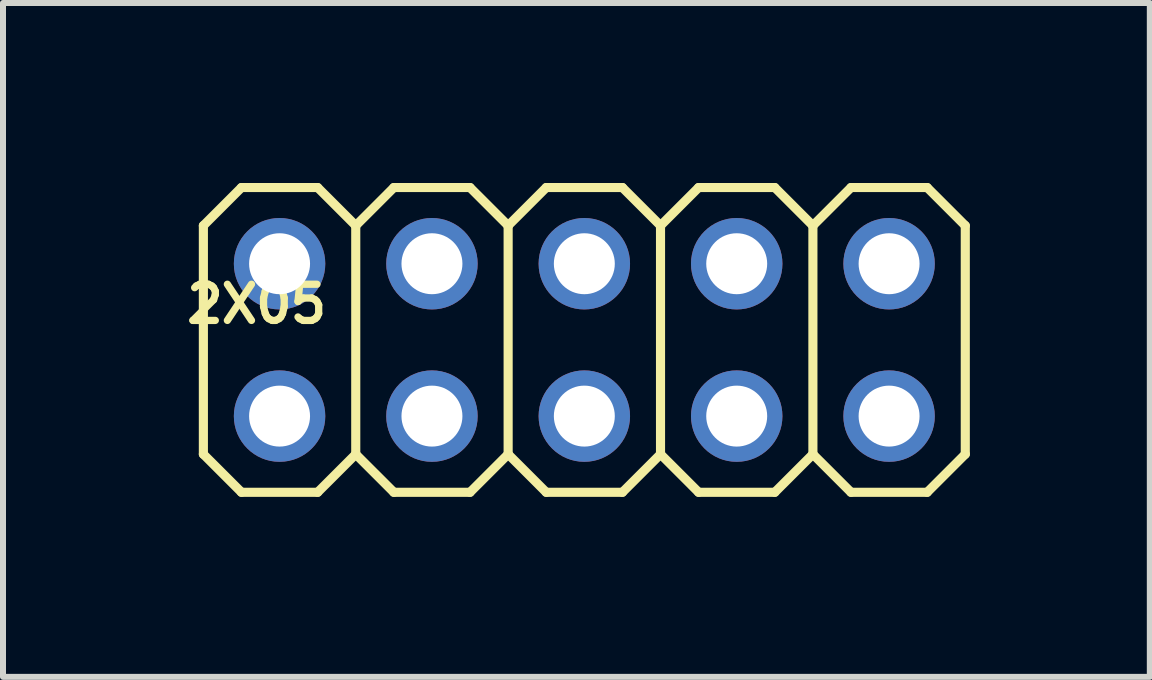
<source format=kicad_pcb>
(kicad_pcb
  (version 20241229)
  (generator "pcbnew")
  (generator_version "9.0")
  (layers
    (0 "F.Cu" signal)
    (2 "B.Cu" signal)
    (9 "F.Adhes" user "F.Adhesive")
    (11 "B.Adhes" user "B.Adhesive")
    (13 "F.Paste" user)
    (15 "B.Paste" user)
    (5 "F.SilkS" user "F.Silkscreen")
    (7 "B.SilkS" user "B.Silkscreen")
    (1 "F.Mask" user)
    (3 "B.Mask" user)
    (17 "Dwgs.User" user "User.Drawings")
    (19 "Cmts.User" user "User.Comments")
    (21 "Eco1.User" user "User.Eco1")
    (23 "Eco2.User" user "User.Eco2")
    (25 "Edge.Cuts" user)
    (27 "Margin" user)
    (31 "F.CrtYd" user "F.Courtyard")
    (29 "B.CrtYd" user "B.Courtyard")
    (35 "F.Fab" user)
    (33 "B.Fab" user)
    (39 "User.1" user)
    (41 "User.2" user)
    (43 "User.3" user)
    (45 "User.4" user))
  (footprint "2X05"
    (layer "F.Cu")
    (at 6.69 2.616)
    (property "Reference" "2X05" (at -6.69 -0.245 180) (layer "F.SilkS") (effects (font (size 0.603 0.603) (thickness 0.121)) (justify left bottom)))
    (attr through_hole)
    (fp_line (start -6.35 -1.905) (end -5.715 -2.54) (stroke (width 0.152) (type solid)) (layer "F.SilkS"))
    (fp_line (start -6.35 1.905) (end -6.35 -1.905) (stroke (width 0.152) (type solid)) (layer "F.SilkS"))
    (fp_line (start -6.35 1.905) (end -5.715 2.54) (stroke (width 0.152) (type solid)) (layer "F.SilkS"))
    (fp_line (start -5.715 -2.54) (end -4.445 -2.54) (stroke (width 0.152) (type solid)) (layer "F.SilkS"))
    (fp_line (start -5.715 2.54) (end -4.445 2.54) (stroke (width 0.152) (type solid)) (layer "F.SilkS"))
    (fp_line (start -4.445 -2.54) (end -3.81 -1.905) (stroke (width 0.152) (type solid)) (layer "F.SilkS"))
    (fp_line (start -4.445 2.54) (end -3.81 1.905) (stroke (width 0.152) (type solid)) (layer "F.SilkS"))
    (fp_line (start -3.81 -1.905) (end -3.81 1.905) (stroke (width 0.152) (type solid)) (layer "F.SilkS"))
    (fp_line (start -3.81 -1.905) (end -3.175 -2.54) (stroke (width 0.152) (type solid)) (layer "F.SilkS"))
    (fp_line (start -3.81 1.905) (end -3.175 2.54) (stroke (width 0.152) (type solid)) (layer "F.SilkS"))
    (fp_line (start -3.175 -2.54) (end -1.905 -2.54) (stroke (width 0.152) (type solid)) (layer "F.SilkS"))
    (fp_line (start -3.175 2.54) (end -1.905 2.54) (stroke (width 0.152) (type solid)) (layer "F.SilkS"))
    (fp_line (start -1.905 -2.54) (end -1.27 -1.905) (stroke (width 0.152) (type solid)) (layer "F.SilkS"))
    (fp_line (start -1.905 2.54) (end -1.27 1.905) (stroke (width 0.152) (type solid)) (layer "F.SilkS"))
    (fp_line (start -1.27 -1.905) (end -1.27 1.905) (stroke (width 0.152) (type solid)) (layer "F.SilkS"))
    (fp_line (start -1.27 -1.905) (end -0.635 -2.54) (stroke (width 0.152) (type solid)) (layer "F.SilkS"))
    (fp_line (start -1.27 1.905) (end -0.635 2.54) (stroke (width 0.152) (type solid)) (layer "F.SilkS"))
    (fp_line (start -0.635 -2.54) (end 0.635 -2.54) (stroke (width 0.152) (type solid)) (layer "F.SilkS"))
    (fp_line (start -0.635 2.54) (end 0.635 2.54) (stroke (width 0.152) (type solid)) (layer "F.SilkS"))
    (fp_line (start 0.635 -2.54) (end 1.27 -1.905) (stroke (width 0.152) (type solid)) (layer "F.SilkS"))
    (fp_line (start 0.635 2.54) (end 1.27 1.905) (stroke (width 0.152) (type solid)) (layer "F.SilkS"))
    (fp_line (start 1.27 -1.905) (end 1.27 1.905) (stroke (width 0.152) (type solid)) (layer "F.SilkS"))
    (fp_line (start 1.27 -1.905) (end 1.905 -2.54) (stroke (width 0.152) (type solid)) (layer "F.SilkS"))
    (fp_line (start 1.27 1.905) (end 1.905 2.54) (stroke (width 0.152) (type solid)) (layer "F.SilkS"))
    (fp_line (start 1.905 -2.54) (end 3.175 -2.54) (stroke (width 0.152) (type solid)) (layer "F.SilkS"))
    (fp_line (start 1.905 2.54) (end 3.175 2.54) (stroke (width 0.152) (type solid)) (layer "F.SilkS"))
    (fp_line (start 3.175 -2.54) (end 3.81 -1.905) (stroke (width 0.152) (type solid)) (layer "F.SilkS"))
    (fp_line (start 3.175 2.54) (end 3.81 1.905) (stroke (width 0.152) (type solid)) (layer "F.SilkS"))
    (fp_line (start 3.81 -1.905) (end 3.81 1.905) (stroke (width 0.152) (type solid)) (layer "F.SilkS"))
    (fp_line (start 3.81 -1.905) (end 4.445 -2.54) (stroke (width 0.152) (type solid)) (layer "F.SilkS"))
    (fp_line (start 3.81 1.905) (end 4.445 2.54) (stroke (width 0.152) (type solid)) (layer "F.SilkS"))
    (fp_line (start 4.445 -2.54) (end 5.715 -2.54) (stroke (width 0.152) (type solid)) (layer "F.SilkS"))
    (fp_line (start 4.445 2.54) (end 5.715 2.54) (stroke (width 0.152) (type solid)) (layer "F.SilkS"))
    (fp_line (start 5.715 -2.54) (end 6.35 -1.905) (stroke (width 0.152) (type solid)) (layer "F.SilkS"))
    (fp_line (start 5.715 2.54) (end 6.35 1.905) (stroke (width 0.152) (type solid)) (layer "F.SilkS"))
    (fp_line (start 6.35 -1.905) (end 6.35 1.905) (stroke (width 0.152) (type solid)) (layer "F.SilkS"))
    (fp_poly (pts (xy -5.334 -1.016) (xy -4.826 -1.016) (xy -4.826 -1.524) (xy -5.334 -1.524)) (stroke (width 0.1) (type solid)) (fill no) (layer "F.Fab"))
    (fp_poly (pts (xy -5.334 1.524) (xy -4.826 1.524) (xy -4.826 1.016) (xy -5.334 1.016)) (stroke (width 0.1) (type solid)) (fill no) (layer "F.Fab"))
    (fp_poly (pts (xy -2.794 -1.016) (xy -2.286 -1.016) (xy -2.286 -1.524) (xy -2.794 -1.524)) (stroke (width 0.1) (type solid)) (fill no) (layer "F.Fab"))
    (fp_poly (pts (xy -2.794 1.524) (xy -2.286 1.524) (xy -2.286 1.016) (xy -2.794 1.016)) (stroke (width 0.1) (type solid)) (fill no) (layer "F.Fab"))
    (fp_poly (pts (xy -0.254 -1.016) (xy 0.254 -1.016) (xy 0.254 -1.524) (xy -0.254 -1.524)) (stroke (width 0.1) (type solid)) (fill no) (layer "F.Fab"))
    (fp_poly (pts (xy -0.254 1.524) (xy 0.254 1.524) (xy 0.254 1.016) (xy -0.254 1.016)) (stroke (width 0.1) (type solid)) (fill no) (layer "F.Fab"))
    (fp_poly (pts (xy 2.286 -1.016) (xy 2.794 -1.016) (xy 2.794 -1.524) (xy 2.286 -1.524)) (stroke (width 0.1) (type solid)) (fill no) (layer "F.Fab"))
    (fp_poly (pts (xy 2.286 1.524) (xy 2.794 1.524) (xy 2.794 1.016) (xy 2.286 1.016)) (stroke (width 0.1) (type solid)) (fill no) (layer "F.Fab"))
    (fp_poly (pts (xy 4.826 -1.016) (xy 5.334 -1.016) (xy 5.334 -1.524) (xy 4.826 -1.524)) (stroke (width 0.1) (type solid)) (fill no) (layer "F.Fab"))
    (fp_poly (pts (xy 4.826 1.524) (xy 5.334 1.524) (xy 5.334 1.016) (xy 4.826 1.016)) (stroke (width 0.1) (type solid)) (fill no) (layer "F.Fab"))
    (pad "1" thru_hole circle (at -5.08 1.27) (size 1.524 1.524) (drill 1.016) (layers "*.Cu" "*.Mask"))
    (pad "2" thru_hole circle (at -5.08 -1.27) (size 1.524 1.524) (drill 1.016) (layers "*.Cu" "*.Mask"))
    (pad "3" thru_hole circle (at -2.54 1.27) (size 1.524 1.524) (drill 1.016) (layers "*.Cu" "*.Mask"))
    (pad "4" thru_hole circle (at -2.54 -1.27) (size 1.524 1.524) (drill 1.016) (layers "*.Cu" "*.Mask"))
    (pad "5" thru_hole circle (at 0 1.27) (size 1.524 1.524) (drill 1.016) (layers "*.Cu" "*.Mask"))
    (pad "6" thru_hole circle (at 0 -1.27) (size 1.524 1.524) (drill 1.016) (layers "*.Cu" "*.Mask"))
    (pad "7" thru_hole circle (at 2.54 1.27) (size 1.524 1.524) (drill 1.016) (layers "*.Cu" "*.Mask"))
    (pad "8" thru_hole circle (at 2.54 -1.27) (size 1.524 1.524) (drill 1.016) (layers "*.Cu" "*.Mask"))
    (pad "9" thru_hole circle (at 5.08 1.27) (size 1.524 1.524) (drill 1.016) (layers "*.Cu" "*.Mask"))
    (pad "10" thru_hole circle (at 5.08 -1.27) (size 1.524 1.524) (drill 1.016) (layers "*.Cu" "*.Mask")))
  (gr_rect
    (start -3 -3)
    (end 16.116 8.232)
    (stroke (width 0.1) (type default))
    (fill no)
    (layer "Edge.Cuts")))
</source>
